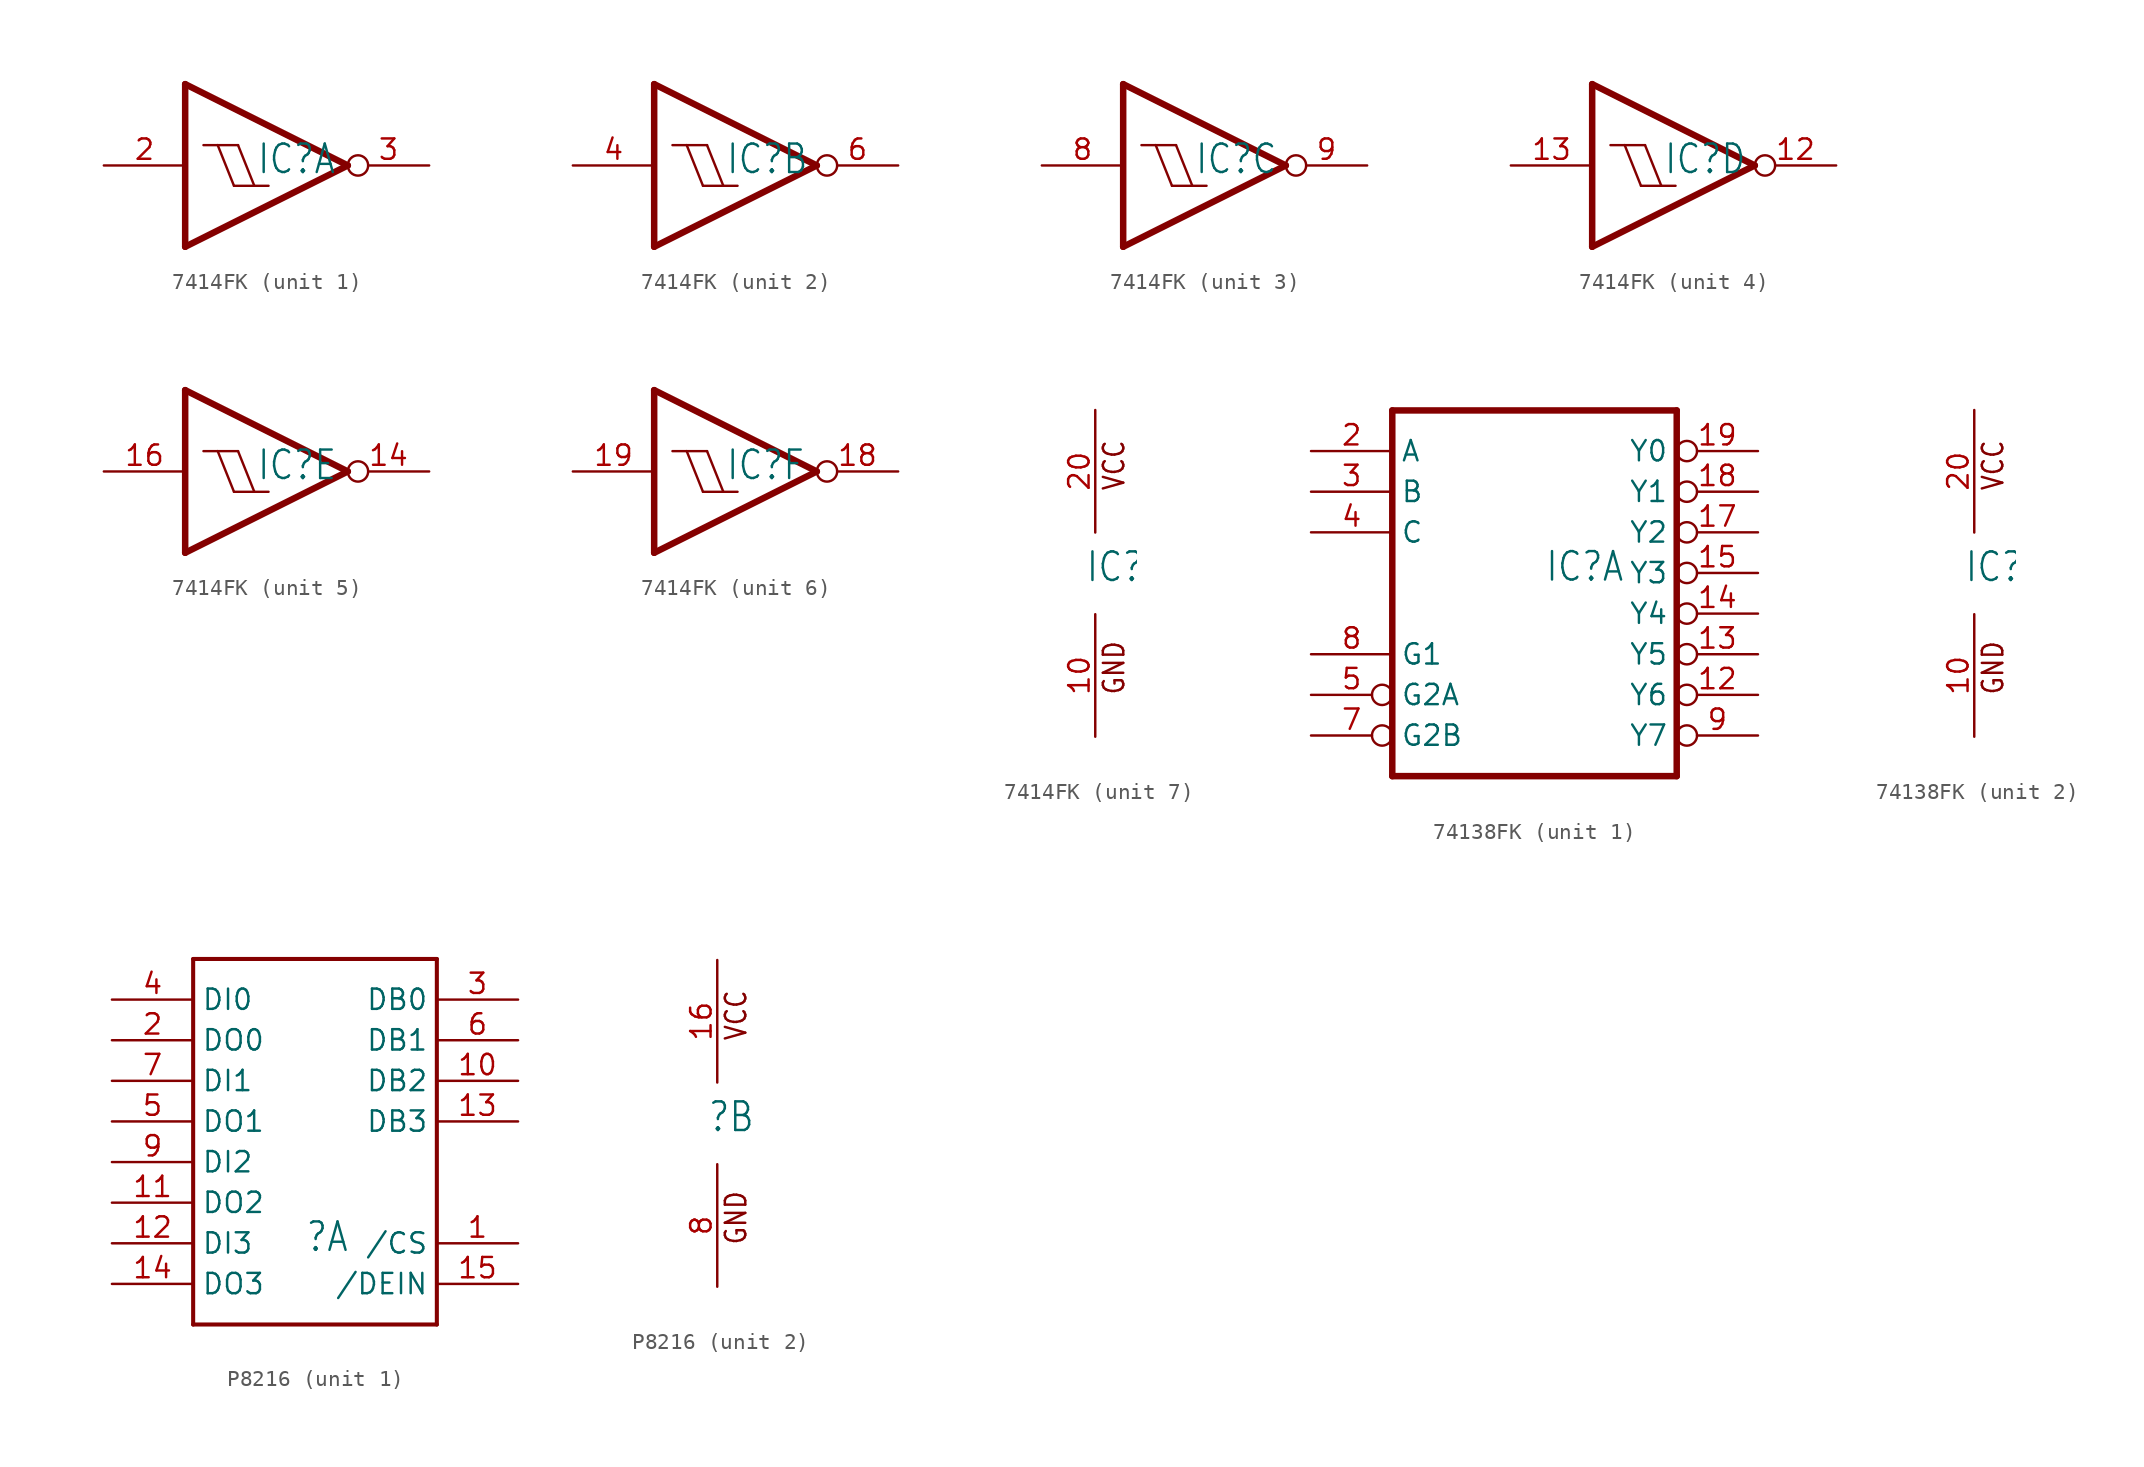
<source format=kicad_sym>
(kicad_symbol_lib
  (version 20211014)
  (generator kicad_symbol_editor)
  (symbol "7414FK"
    (property "Reference" "IC"
      (at -0.635 -0.635 0)
      (effects (font (size 1.778 1.511)) (justify left bottom)))
    (property "ki_locked" ""
      (at 0 0 0)
      (effects (font (size 1.27 1.27))))
    (symbol "7414FK_1_0"
      (polyline (pts (xy -5.08 -5.08) (xy -5.08 5.08)) (stroke (width 0.406) (type default) (color 0 0 0 0)) (fill (type none)))
      (polyline (pts (xy -5.08 5.08) (xy 5.08 0)) (stroke (width 0.406) (type default) (color 0 0 0 0)) (fill (type none)))
      (polyline (pts (xy -3.937 1.27) (xy -3.048 1.27)) (stroke (width 0.152) (type default) (color 0 0 0 0)) (fill (type none)))
      (polyline (pts (xy -3.048 1.27) (xy -1.778 1.27)) (stroke (width 0.152) (type default) (color 0 0 0 0)) (fill (type none)))
      (polyline (pts (xy -2.032 -1.27) (xy -3.048 1.27)) (stroke (width 0.152) (type default) (color 0 0 0 0)) (fill (type none)))
      (polyline (pts (xy -2.032 -1.27) (xy -0.762 -1.27)) (stroke (width 0.152) (type default) (color 0 0 0 0)) (fill (type none)))
      (polyline (pts (xy -0.762 -1.27) (xy -1.778 1.27)) (stroke (width 0.152) (type default) (color 0 0 0 0)) (fill (type none)))
      (polyline (pts (xy -0.762 -1.27) (xy 0.127 -1.27)) (stroke (width 0.152) (type default) (color 0 0 0 0)) (fill (type none)))
      (polyline (pts (xy 5.08 0) (xy -5.08 -5.08)) (stroke (width 0.406) (type default) (color 0 0 0 0)) (fill (type none)))
      (pin input line (at -10.16 0 0) (length 5.08) (name "I" (effects (font (size 0 0)))) (number "2" (effects (font (size 1.27 1.27)))))
      (pin output inverted (at 10.16 0 180) (length 5.08) (name "O" (effects (font (size 0 0)))) (number "3" (effects (font (size 1.27 1.27))))))
    (symbol "7414FK_2_0"
      (polyline (pts (xy -5.08 -5.08) (xy -5.08 5.08)) (stroke (width 0.406) (type default) (color 0 0 0 0)) (fill (type none)))
      (polyline (pts (xy -5.08 5.08) (xy 5.08 0)) (stroke (width 0.406) (type default) (color 0 0 0 0)) (fill (type none)))
      (polyline (pts (xy -3.937 1.27) (xy -3.048 1.27)) (stroke (width 0.152) (type default) (color 0 0 0 0)) (fill (type none)))
      (polyline (pts (xy -3.048 1.27) (xy -1.778 1.27)) (stroke (width 0.152) (type default) (color 0 0 0 0)) (fill (type none)))
      (polyline (pts (xy -2.032 -1.27) (xy -3.048 1.27)) (stroke (width 0.152) (type default) (color 0 0 0 0)) (fill (type none)))
      (polyline (pts (xy -2.032 -1.27) (xy -0.762 -1.27)) (stroke (width 0.152) (type default) (color 0 0 0 0)) (fill (type none)))
      (polyline (pts (xy -0.762 -1.27) (xy -1.778 1.27)) (stroke (width 0.152) (type default) (color 0 0 0 0)) (fill (type none)))
      (polyline (pts (xy -0.762 -1.27) (xy 0.127 -1.27)) (stroke (width 0.152) (type default) (color 0 0 0 0)) (fill (type none)))
      (polyline (pts (xy 5.08 0) (xy -5.08 -5.08)) (stroke (width 0.406) (type default) (color 0 0 0 0)) (fill (type none)))
      (pin input line (at -10.16 0 0) (length 5.08) (name "I" (effects (font (size 0 0)))) (number "4" (effects (font (size 1.27 1.27)))))
      (pin output inverted (at 10.16 0 180) (length 5.08) (name "O" (effects (font (size 0 0)))) (number "6" (effects (font (size 1.27 1.27))))))
    (symbol "7414FK_3_0"
      (polyline (pts (xy -5.08 -5.08) (xy -5.08 5.08)) (stroke (width 0.406) (type default) (color 0 0 0 0)) (fill (type none)))
      (polyline (pts (xy -5.08 5.08) (xy 5.08 0)) (stroke (width 0.406) (type default) (color 0 0 0 0)) (fill (type none)))
      (polyline (pts (xy -3.937 1.27) (xy -3.048 1.27)) (stroke (width 0.152) (type default) (color 0 0 0 0)) (fill (type none)))
      (polyline (pts (xy -3.048 1.27) (xy -1.778 1.27)) (stroke (width 0.152) (type default) (color 0 0 0 0)) (fill (type none)))
      (polyline (pts (xy -2.032 -1.27) (xy -3.048 1.27)) (stroke (width 0.152) (type default) (color 0 0 0 0)) (fill (type none)))
      (polyline (pts (xy -2.032 -1.27) (xy -0.762 -1.27)) (stroke (width 0.152) (type default) (color 0 0 0 0)) (fill (type none)))
      (polyline (pts (xy -0.762 -1.27) (xy -1.778 1.27)) (stroke (width 0.152) (type default) (color 0 0 0 0)) (fill (type none)))
      (polyline (pts (xy -0.762 -1.27) (xy 0.127 -1.27)) (stroke (width 0.152) (type default) (color 0 0 0 0)) (fill (type none)))
      (polyline (pts (xy 5.08 0) (xy -5.08 -5.08)) (stroke (width 0.406) (type default) (color 0 0 0 0)) (fill (type none)))
      (pin input line (at -10.16 0 0) (length 5.08) (name "I" (effects (font (size 0 0)))) (number "8" (effects (font (size 1.27 1.27)))))
      (pin output inverted (at 10.16 0 180) (length 5.08) (name "O" (effects (font (size 0 0)))) (number "9" (effects (font (size 1.27 1.27))))))
    (symbol "7414FK_4_0"
      (polyline (pts (xy -5.08 -5.08) (xy -5.08 5.08)) (stroke (width 0.406) (type default) (color 0 0 0 0)) (fill (type none)))
      (polyline (pts (xy -5.08 5.08) (xy 5.08 0)) (stroke (width 0.406) (type default) (color 0 0 0 0)) (fill (type none)))
      (polyline (pts (xy -3.937 1.27) (xy -3.048 1.27)) (stroke (width 0.152) (type default) (color 0 0 0 0)) (fill (type none)))
      (polyline (pts (xy -3.048 1.27) (xy -1.778 1.27)) (stroke (width 0.152) (type default) (color 0 0 0 0)) (fill (type none)))
      (polyline (pts (xy -2.032 -1.27) (xy -3.048 1.27)) (stroke (width 0.152) (type default) (color 0 0 0 0)) (fill (type none)))
      (polyline (pts (xy -2.032 -1.27) (xy -0.762 -1.27)) (stroke (width 0.152) (type default) (color 0 0 0 0)) (fill (type none)))
      (polyline (pts (xy -0.762 -1.27) (xy -1.778 1.27)) (stroke (width 0.152) (type default) (color 0 0 0 0)) (fill (type none)))
      (polyline (pts (xy -0.762 -1.27) (xy 0.127 -1.27)) (stroke (width 0.152) (type default) (color 0 0 0 0)) (fill (type none)))
      (polyline (pts (xy 5.08 0) (xy -5.08 -5.08)) (stroke (width 0.406) (type default) (color 0 0 0 0)) (fill (type none)))
      (pin output inverted (at 10.16 0 180) (length 5.08) (name "O" (effects (font (size 0 0)))) (number "12" (effects (font (size 1.27 1.27)))))
      (pin input line (at -10.16 0 0) (length 5.08) (name "I" (effects (font (size 0 0)))) (number "13" (effects (font (size 1.27 1.27))))))
    (symbol "7414FK_5_0"
      (polyline (pts (xy -5.08 -5.08) (xy -5.08 5.08)) (stroke (width 0.406) (type default) (color 0 0 0 0)) (fill (type none)))
      (polyline (pts (xy -5.08 5.08) (xy 5.08 0)) (stroke (width 0.406) (type default) (color 0 0 0 0)) (fill (type none)))
      (polyline (pts (xy -3.937 1.27) (xy -3.048 1.27)) (stroke (width 0.152) (type default) (color 0 0 0 0)) (fill (type none)))
      (polyline (pts (xy -3.048 1.27) (xy -1.778 1.27)) (stroke (width 0.152) (type default) (color 0 0 0 0)) (fill (type none)))
      (polyline (pts (xy -2.032 -1.27) (xy -3.048 1.27)) (stroke (width 0.152) (type default) (color 0 0 0 0)) (fill (type none)))
      (polyline (pts (xy -2.032 -1.27) (xy -0.762 -1.27)) (stroke (width 0.152) (type default) (color 0 0 0 0)) (fill (type none)))
      (polyline (pts (xy -0.762 -1.27) (xy -1.778 1.27)) (stroke (width 0.152) (type default) (color 0 0 0 0)) (fill (type none)))
      (polyline (pts (xy -0.762 -1.27) (xy 0.127 -1.27)) (stroke (width 0.152) (type default) (color 0 0 0 0)) (fill (type none)))
      (polyline (pts (xy 5.08 0) (xy -5.08 -5.08)) (stroke (width 0.406) (type default) (color 0 0 0 0)) (fill (type none)))
      (pin output inverted (at 10.16 0 180) (length 5.08) (name "O" (effects (font (size 0 0)))) (number "14" (effects (font (size 1.27 1.27)))))
      (pin input line (at -10.16 0 0) (length 5.08) (name "I" (effects (font (size 0 0)))) (number "16" (effects (font (size 1.27 1.27))))))
    (symbol "7414FK_6_0"
      (polyline (pts (xy -5.08 -5.08) (xy -5.08 5.08)) (stroke (width 0.406) (type default) (color 0 0 0 0)) (fill (type none)))
      (polyline (pts (xy -5.08 5.08) (xy 5.08 0)) (stroke (width 0.406) (type default) (color 0 0 0 0)) (fill (type none)))
      (polyline (pts (xy -3.937 1.27) (xy -3.048 1.27)) (stroke (width 0.152) (type default) (color 0 0 0 0)) (fill (type none)))
      (polyline (pts (xy -3.048 1.27) (xy -1.778 1.27)) (stroke (width 0.152) (type default) (color 0 0 0 0)) (fill (type none)))
      (polyline (pts (xy -2.032 -1.27) (xy -3.048 1.27)) (stroke (width 0.152) (type default) (color 0 0 0 0)) (fill (type none)))
      (polyline (pts (xy -2.032 -1.27) (xy -0.762 -1.27)) (stroke (width 0.152) (type default) (color 0 0 0 0)) (fill (type none)))
      (polyline (pts (xy -0.762 -1.27) (xy -1.778 1.27)) (stroke (width 0.152) (type default) (color 0 0 0 0)) (fill (type none)))
      (polyline (pts (xy -0.762 -1.27) (xy 0.127 -1.27)) (stroke (width 0.152) (type default) (color 0 0 0 0)) (fill (type none)))
      (polyline (pts (xy 5.08 0) (xy -5.08 -5.08)) (stroke (width 0.406) (type default) (color 0 0 0 0)) (fill (type none)))
      (pin output inverted (at 10.16 0 180) (length 5.08) (name "O" (effects (font (size 0 0)))) (number "18" (effects (font (size 1.27 1.27)))))
      (pin input line (at -10.16 0 0) (length 5.08) (name "I" (effects (font (size 0 0)))) (number "19" (effects (font (size 1.27 1.27))))))
    (symbol "7414FK_7_0"
      (text "GND" (at 1.905 -7.62 900) (effects (font (size 1.27 1.079)) (justify left bottom)))
      (text "VCC" (at 1.905 5.08 900) (effects (font (size 1.27 1.079)) (justify left bottom)))
      (pin power_in line (at 0 -10.16 90) (length 7.62) (name "GND" (effects (font (size 0 0)))) (number "10" (effects (font (size 1.27 1.27)))))
      (pin power_in line (at 0 10.16 270) (length 7.62) (name "VCC" (effects (font (size 0 0)))) (number "20" (effects (font (size 1.27 1.27)))))))
  (symbol "74138FK"
    (property "Reference" "IC"
      (at -0.635 -0.635 0)
      (effects (font (size 1.778 1.511)) (justify left bottom)))
    (property "ki_locked" ""
      (at 0 0 0)
      (effects (font (size 1.27 1.27))))
    (symbol "74138FK_1_0"
      (polyline (pts (xy -10.16 -12.7) (xy 7.62 -12.7)) (stroke (width 0.406) (type default) (color 0 0 0 0)) (fill (type none)))
      (polyline (pts (xy -10.16 10.16) (xy -10.16 -12.7)) (stroke (width 0.406) (type default) (color 0 0 0 0)) (fill (type none)))
      (polyline (pts (xy 7.62 -12.7) (xy 7.62 10.16)) (stroke (width 0.406) (type default) (color 0 0 0 0)) (fill (type none)))
      (polyline (pts (xy 7.62 10.16) (xy -10.16 10.16)) (stroke (width 0.406) (type default) (color 0 0 0 0)) (fill (type none)))
      (pin output inverted (at 12.7 -7.62 180) (length 5.08) (name "Y6" (effects (font (size 1.27 1.27)))) (number "12" (effects (font (size 1.27 1.27)))))
      (pin output inverted (at 12.7 -5.08 180) (length 5.08) (name "Y5" (effects (font (size 1.27 1.27)))) (number "13" (effects (font (size 1.27 1.27)))))
      (pin output inverted (at 12.7 -2.54 180) (length 5.08) (name "Y4" (effects (font (size 1.27 1.27)))) (number "14" (effects (font (size 1.27 1.27)))))
      (pin output inverted (at 12.7 0 180) (length 5.08) (name "Y3" (effects (font (size 1.27 1.27)))) (number "15" (effects (font (size 1.27 1.27)))))
      (pin output inverted (at 12.7 2.54 180) (length 5.08) (name "Y2" (effects (font (size 1.27 1.27)))) (number "17" (effects (font (size 1.27 1.27)))))
      (pin output inverted (at 12.7 5.08 180) (length 5.08) (name "Y1" (effects (font (size 1.27 1.27)))) (number "18" (effects (font (size 1.27 1.27)))))
      (pin output inverted (at 12.7 7.62 180) (length 5.08) (name "Y0" (effects (font (size 1.27 1.27)))) (number "19" (effects (font (size 1.27 1.27)))))
      (pin input line (at -15.24 7.62 0) (length 5.08) (name "A" (effects (font (size 1.27 1.27)))) (number "2" (effects (font (size 1.27 1.27)))))
      (pin input line (at -15.24 5.08 0) (length 5.08) (name "B" (effects (font (size 1.27 1.27)))) (number "3" (effects (font (size 1.27 1.27)))))
      (pin input line (at -15.24 2.54 0) (length 5.08) (name "C" (effects (font (size 1.27 1.27)))) (number "4" (effects (font (size 1.27 1.27)))))
      (pin input inverted (at -15.24 -7.62 0) (length 5.08) (name "G2A" (effects (font (size 1.27 1.27)))) (number "5" (effects (font (size 1.27 1.27)))))
      (pin input inverted (at -15.24 -10.16 0) (length 5.08) (name "G2B" (effects (font (size 1.27 1.27)))) (number "7" (effects (font (size 1.27 1.27)))))
      (pin input line (at -15.24 -5.08 0) (length 5.08) (name "G1" (effects (font (size 1.27 1.27)))) (number "8" (effects (font (size 1.27 1.27)))))
      (pin output inverted (at 12.7 -10.16 180) (length 5.08) (name "Y7" (effects (font (size 1.27 1.27)))) (number "9" (effects (font (size 1.27 1.27))))))
    (symbol "74138FK_2_0"
      (text "GND" (at 1.905 -7.62 900) (effects (font (size 1.27 1.079)) (justify left bottom)))
      (text "VCC" (at 1.905 5.08 900) (effects (font (size 1.27 1.079)) (justify left bottom)))
      (pin power_in line (at 0 -10.16 90) (length 7.62) (name "GND" (effects (font (size 0 0)))) (number "10" (effects (font (size 1.27 1.27)))))
      (pin power_in line (at 0 10.16 270) (length 7.62) (name "VCC" (effects (font (size 0 0)))) (number "20" (effects (font (size 1.27 1.27)))))))
  (symbol "P8216"
    (property "Reference" ""
      (at -0.635 -0.635 0)
      (effects (font (size 1.778 1.511)) (justify left bottom)))
    (property "ki_locked" ""
      (at 0 0 0)
      (effects (font (size 1.27 1.27))))
    (symbol "P8216_1_0"
      (polyline (pts (xy -7.62 -5.08) (xy 7.62 -5.08)) (stroke (width 0.254) (type default) (color 0 0 0 0)) (fill (type none)))
      (polyline (pts (xy -7.62 17.78) (xy -7.62 -5.08)) (stroke (width 0.254) (type default) (color 0 0 0 0)) (fill (type none)))
      (polyline (pts (xy 7.62 -5.08) (xy 7.62 17.78)) (stroke (width 0.254) (type default) (color 0 0 0 0)) (fill (type none)))
      (polyline (pts (xy 7.62 17.78) (xy -7.62 17.78)) (stroke (width 0.254) (type default) (color 0 0 0 0)) (fill (type none)))
      (pin bidirectional line (at 12.7 0 180) (length 5.08) (name "/CS" (effects (font (size 1.27 1.27)))) (number "1" (effects (font (size 1.27 1.27)))))
      (pin bidirectional line (at 12.7 10.16 180) (length 5.08) (name "DB2" (effects (font (size 1.27 1.27)))) (number "10" (effects (font (size 1.27 1.27)))))
      (pin bidirectional line (at -12.7 2.54 0) (length 5.08) (name "DO2" (effects (font (size 1.27 1.27)))) (number "11" (effects (font (size 1.27 1.27)))))
      (pin bidirectional line (at -12.7 0 0) (length 5.08) (name "DI3" (effects (font (size 1.27 1.27)))) (number "12" (effects (font (size 1.27 1.27)))))
      (pin bidirectional line (at 12.7 7.62 180) (length 5.08) (name "DB3" (effects (font (size 1.27 1.27)))) (number "13" (effects (font (size 1.27 1.27)))))
      (pin bidirectional line (at -12.7 -2.54 0) (length 5.08) (name "DO3" (effects (font (size 1.27 1.27)))) (number "14" (effects (font (size 1.27 1.27)))))
      (pin bidirectional line (at 12.7 -2.54 180) (length 5.08) (name "/DEIN" (effects (font (size 1.27 1.27)))) (number "15" (effects (font (size 1.27 1.27)))))
      (pin bidirectional line (at -12.7 12.7 0) (length 5.08) (name "DO0" (effects (font (size 1.27 1.27)))) (number "2" (effects (font (size 1.27 1.27)))))
      (pin bidirectional line (at 12.7 15.24 180) (length 5.08) (name "DB0" (effects (font (size 1.27 1.27)))) (number "3" (effects (font (size 1.27 1.27)))))
      (pin bidirectional line (at -12.7 15.24 0) (length 5.08) (name "DI0" (effects (font (size 1.27 1.27)))) (number "4" (effects (font (size 1.27 1.27)))))
      (pin bidirectional line (at -12.7 7.62 0) (length 5.08) (name "DO1" (effects (font (size 1.27 1.27)))) (number "5" (effects (font (size 1.27 1.27)))))
      (pin bidirectional line (at 12.7 12.7 180) (length 5.08) (name "DB1" (effects (font (size 1.27 1.27)))) (number "6" (effects (font (size 1.27 1.27)))))
      (pin bidirectional line (at -12.7 10.16 0) (length 5.08) (name "DI1" (effects (font (size 1.27 1.27)))) (number "7" (effects (font (size 1.27 1.27)))))
      (pin bidirectional line (at -12.7 5.08 0) (length 5.08) (name "DI2" (effects (font (size 1.27 1.27)))) (number "9" (effects (font (size 1.27 1.27))))))
    (symbol "P8216_2_0"
      (text "GND" (at 1.905 -7.62 900) (effects (font (size 1.27 1.079)) (justify left bottom)))
      (text "VCC" (at 1.905 5.08 900) (effects (font (size 1.27 1.079)) (justify left bottom)))
      (pin power_in line (at 0 10.16 270) (length 7.62) (name "VCC" (effects (font (size 0 0)))) (number "16" (effects (font (size 1.27 1.27)))))
      (pin power_in line (at 0 -10.16 90) (length 7.62) (name "GND" (effects (font (size 0 0)))) (number "8" (effects (font (size 1.27 1.27))))))))
</source>
